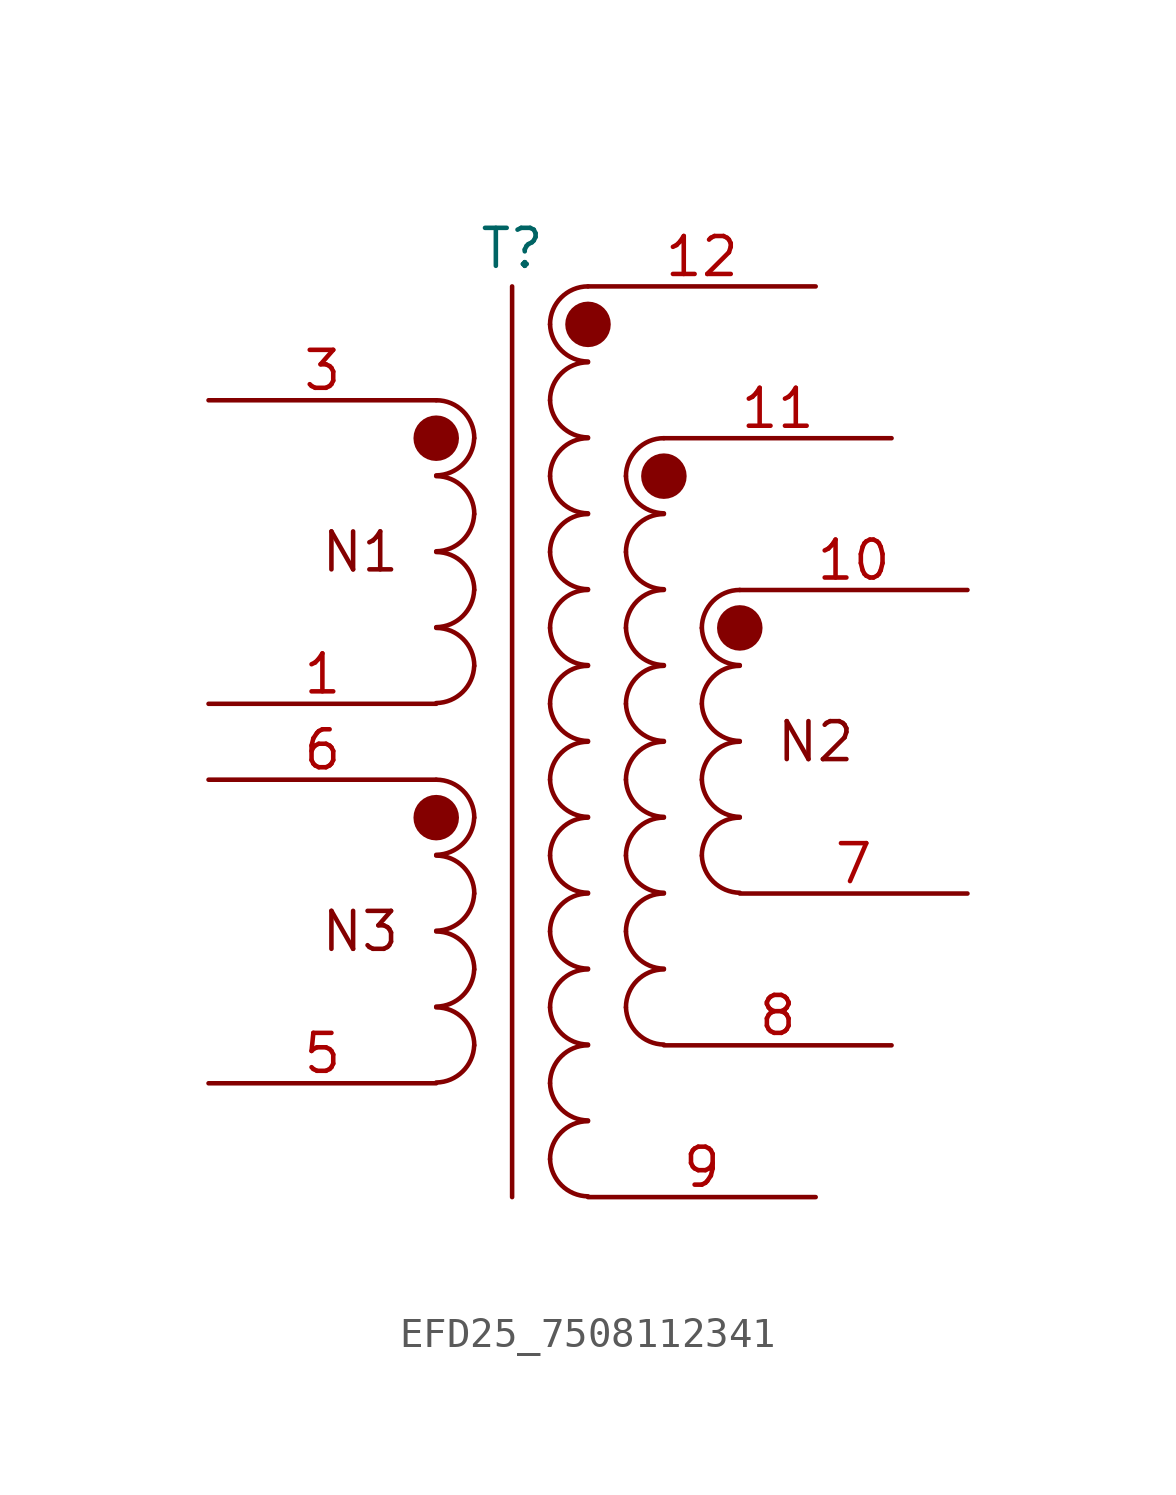
<source format=kicad_sym>
(kicad_symbol_lib
  (version 20220914)
  (generator kicad_symbol_editor)
  (symbol "EFD25_7508112341"
    (pin_names hide)
    (property "Reference" "T"
      (at 0 16.51 0)
      (effects (font (size 1.27 1.27))))
    (property "Critical Parameter" ""
      (at 0 -5.08 0)
      (effects (font (size 1.27 1.27)) (justify left)))
    (symbol "EFD25_7508112341_0_1"
      (arc (start -2.54 -11.4046) (mid -1.6561 -11.0363) (end -1.27 -10.16) (stroke (width 0) (type default)) (fill (type none)))
      (arc (start -2.54 -8.8646) (mid -1.6561 -8.4963) (end -1.27 -7.62) (stroke (width 0) (type default)) (fill (type none)))
      (arc (start -2.54 -6.3246) (mid -1.6561 -5.9563) (end -1.27 -5.08) (stroke (width 0) (type default)) (fill (type none)))
      (arc (start -2.54 -3.7846) (mid -1.6561 -3.4163) (end -1.27 -2.54) (stroke (width 0) (type default)) (fill (type none)))
      (arc (start -2.54 1.2954) (mid -1.6561 1.6637) (end -1.27 2.54) (stroke (width 0) (type default)) (fill (type none)))
      (arc (start -2.54 3.8354) (mid -1.6561 4.2037) (end -1.27 5.08) (stroke (width 0) (type default)) (fill (type none)))
      (arc (start -2.54 6.3754) (mid -1.6561 6.7437) (end -1.27 7.62) (stroke (width 0) (type default)) (fill (type none)))
      (arc (start -2.54 8.9154) (mid -1.6561 9.2837) (end -1.27 10.16) (stroke (width 0) (type default)) (fill (type none)))
      (arc (start -1.27 -10.16) (mid -1.642 -9.262) (end -2.54 -8.89) (stroke (width 0) (type default)) (fill (type none)))
      (arc (start -1.27 -7.62) (mid -1.642 -6.722) (end -2.54 -6.35) (stroke (width 0) (type default)) (fill (type none)))
      (arc (start -1.27 -5.08) (mid -1.642 -4.182) (end -2.54 -3.81) (stroke (width 0) (type default)) (fill (type none)))
      (arc (start -1.27 -2.54) (mid -1.642 -1.642) (end -2.54 -1.27) (stroke (width 0) (type default)) (fill (type none)))
      (arc (start -1.27 2.54) (mid -1.642 3.438) (end -2.54 3.81) (stroke (width 0) (type default)) (fill (type none)))
      (arc (start -1.27 5.08) (mid -1.642 5.978) (end -2.54 6.35) (stroke (width 0) (type default)) (fill (type none)))
      (arc (start -1.27 7.62) (mid -1.642 8.518) (end -2.54 8.89) (stroke (width 0) (type default)) (fill (type none)))
      (arc (start -1.27 10.16) (mid -1.642 11.058) (end -2.54 11.43) (stroke (width 0) (type default)) (fill (type none)))
      (polyline (pts (xy 0 -15.24) (xy 0 15.24)) (stroke (width 0) (type default)) (fill (type none)))
      (arc (start 1.27 -13.97) (mid 1.656 -14.8464) (end 2.54 -15.2146) (stroke (width 0) (type default)) (fill (type none)))
      (arc (start 1.27 -11.43) (mid 1.656 -12.3064) (end 2.54 -12.6746) (stroke (width 0) (type default)) (fill (type none)))
      (arc (start 1.27 -8.89) (mid 1.656 -9.7664) (end 2.54 -10.1346) (stroke (width 0) (type default)) (fill (type none)))
      (arc (start 1.27 -6.35) (mid 1.656 -7.2264) (end 2.54 -7.5946) (stroke (width 0) (type default)) (fill (type none)))
      (arc (start 1.27 -3.81) (mid 1.656 -4.6864) (end 2.54 -5.0546) (stroke (width 0) (type default)) (fill (type none)))
      (arc (start 1.27 -1.27) (mid 1.656 -2.1464) (end 2.54 -2.5146) (stroke (width 0) (type default)) (fill (type none)))
      (arc (start 1.27 1.27) (mid 1.656 0.3936) (end 2.54 0.0254) (stroke (width 0) (type default)) (fill (type none)))
      (arc (start 1.27 3.81) (mid 1.656 2.9336) (end 2.54 2.5654) (stroke (width 0) (type default)) (fill (type none)))
      (arc (start 1.27 6.35) (mid 1.656 5.4736) (end 2.54 5.1054) (stroke (width 0) (type default)) (fill (type none)))
      (arc (start 1.27 8.89) (mid 1.656 8.0136) (end 2.54 7.6454) (stroke (width 0) (type default)) (fill (type none)))
      (arc (start 1.27 11.43) (mid 1.656 10.5536) (end 2.54 10.1854) (stroke (width 0) (type default)) (fill (type none)))
      (arc (start 1.27 13.97) (mid 1.656 13.0936) (end 2.54 12.7254) (stroke (width 0) (type default)) (fill (type none)))
      (arc (start 2.54 -12.7) (mid 1.642 -13.072) (end 1.27 -13.97) (stroke (width 0) (type default)) (fill (type none)))
      (arc (start 2.54 -10.16) (mid 1.642 -10.532) (end 1.27 -11.43) (stroke (width 0) (type default)) (fill (type none)))
      (arc (start 2.54 -7.62) (mid 1.642 -7.992) (end 1.27 -8.89) (stroke (width 0) (type default)) (fill (type none)))
      (arc (start 2.54 -5.08) (mid 1.642 -5.452) (end 1.27 -6.35) (stroke (width 0) (type default)) (fill (type none)))
      (arc (start 2.54 -2.54) (mid 1.642 -2.912) (end 1.27 -3.81) (stroke (width 0) (type default)) (fill (type none)))
      (arc (start 2.54 0) (mid 1.642 -0.372) (end 1.27 -1.27) (stroke (width 0) (type default)) (fill (type none)))
      (arc (start 2.54 2.54) (mid 1.642 2.168) (end 1.27 1.27) (stroke (width 0) (type default)) (fill (type none)))
      (arc (start 2.54 5.08) (mid 1.642 4.708) (end 1.27 3.81) (stroke (width 0) (type default)) (fill (type none)))
      (arc (start 2.54 7.62) (mid 1.642 7.248) (end 1.27 6.35) (stroke (width 0) (type default)) (fill (type none)))
      (arc (start 2.54 10.16) (mid 1.642 9.788) (end 1.27 8.89) (stroke (width 0) (type default)) (fill (type none)))
      (arc (start 2.54 12.7) (mid 1.642 12.328) (end 1.27 11.43) (stroke (width 0) (type default)) (fill (type none)))
      (arc (start 2.54 15.24) (mid 1.642 14.868) (end 1.27 13.97) (stroke (width 0) (type default)) (fill (type none)))
      (arc (start 3.81 -8.89) (mid 4.196 -9.7664) (end 5.08 -10.1346) (stroke (width 0) (type default)) (fill (type none)))
      (arc (start 3.81 -6.35) (mid 4.196 -7.2264) (end 5.08 -7.5946) (stroke (width 0) (type default)) (fill (type none)))
      (arc (start 3.81 -3.81) (mid 4.196 -4.6864) (end 5.08 -5.0546) (stroke (width 0) (type default)) (fill (type none)))
      (arc (start 3.81 -1.27) (mid 4.196 -2.1464) (end 5.08 -2.5146) (stroke (width 0) (type default)) (fill (type none)))
      (arc (start 3.81 1.27) (mid 4.196 0.3936) (end 5.08 0.0254) (stroke (width 0) (type default)) (fill (type none)))
      (arc (start 3.81 3.81) (mid 4.196 2.9336) (end 5.08 2.5654) (stroke (width 0) (type default)) (fill (type none)))
      (arc (start 3.81 6.35) (mid 4.196 5.4736) (end 5.08 5.1054) (stroke (width 0) (type default)) (fill (type none)))
      (arc (start 3.81 8.89) (mid 4.196 8.0136) (end 5.08 7.6454) (stroke (width 0) (type default)) (fill (type none)))
      (arc (start 5.08 -7.62) (mid 4.182 -7.992) (end 3.81 -8.89) (stroke (width 0) (type default)) (fill (type none)))
      (arc (start 5.08 -5.08) (mid 4.182 -5.452) (end 3.81 -6.35) (stroke (width 0) (type default)) (fill (type none)))
      (arc (start 5.08 -2.54) (mid 4.182 -2.912) (end 3.81 -3.81) (stroke (width 0) (type default)) (fill (type none)))
      (arc (start 5.08 0) (mid 4.182 -0.372) (end 3.81 -1.27) (stroke (width 0) (type default)) (fill (type none)))
      (arc (start 5.08 2.54) (mid 4.182 2.168) (end 3.81 1.27) (stroke (width 0) (type default)) (fill (type none)))
      (arc (start 5.08 5.08) (mid 4.182 4.708) (end 3.81 3.81) (stroke (width 0) (type default)) (fill (type none)))
      (arc (start 5.08 7.62) (mid 4.182 7.248) (end 3.81 6.35) (stroke (width 0) (type default)) (fill (type none)))
      (arc (start 5.08 10.16) (mid 4.182 9.788) (end 3.81 8.89) (stroke (width 0) (type default)) (fill (type none)))
      (arc (start 6.35 -3.81) (mid 6.7361 -4.6863) (end 7.62 -5.0546) (stroke (width 0) (type default)) (fill (type none)))
      (arc (start 6.35 -1.27) (mid 6.7361 -2.1463) (end 7.62 -2.5146) (stroke (width 0) (type default)) (fill (type none)))
      (arc (start 6.35 1.27) (mid 6.7361 0.3937) (end 7.62 0.0254) (stroke (width 0) (type default)) (fill (type none)))
      (arc (start 6.35 3.81) (mid 6.7361 2.9337) (end 7.62 2.5654) (stroke (width 0) (type default)) (fill (type none)))
      (arc (start 7.62 -2.54) (mid 6.722 -2.912) (end 6.35 -3.81) (stroke (width 0) (type default)) (fill (type none)))
      (arc (start 7.62 0) (mid 6.722 -0.372) (end 6.35 -1.27) (stroke (width 0) (type default)) (fill (type none)))
      (arc (start 7.62 2.54) (mid 6.722 2.168) (end 6.35 1.27) (stroke (width 0) (type default)) (fill (type none)))
      (arc (start 7.62 5.08) (mid 6.722 4.708) (end 6.35 3.81) (stroke (width 0) (type default)) (fill (type none))))
    (symbol "EFD25_7508112341_1_1"
      (circle (center -2.54 -2.54) (radius 0.0001) (stroke (width 0.762) (type default)) (fill (type none)))
      (circle (center -2.54 10.16) (radius 0.0001) (stroke (width 0.762) (type default)) (fill (type none)))
      (circle (center 2.54 13.97) (radius 0.0001) (stroke (width 0.762) (type default)) (fill (type none)))
      (circle (center 5.08 8.89) (radius 0.0001) (stroke (width 0.762) (type default)) (fill (type none)))
      (circle (center 7.62 3.81) (radius 0.0001) (stroke (width 0.762) (type default)) (fill (type none)))
      (text "N1" (at -5.08 6.35 0) (effects (font (size 1.27 1.27))))
      (text "N2" (at 10.16 0 0) (effects (font (size 1.27 1.27))))
      (text "N3" (at -5.08 -6.35 0) (effects (font (size 1.27 1.27))))
      (pin passive line (at -10.16 1.27 0) (length 7.62) (name "1" (effects (font (size 1.27 1.27)))) (number "1" (effects (font (size 1.27 1.27)))))
      (pin passive line (at 15.24 5.08 180) (length 7.62) (name "10" (effects (font (size 1.27 1.27)))) (number "10" (effects (font (size 1.27 1.27)))))
      (pin passive line (at 12.7 10.16 180) (length 7.62) (name "11" (effects (font (size 1.27 1.27)))) (number "11" (effects (font (size 1.27 1.27)))))
      (pin passive line (at 10.16 15.24 180) (length 7.62) (name "12" (effects (font (size 1.27 1.27)))) (number "12" (effects (font (size 1.27 1.27)))))
      (pin passive line (at -10.16 11.43 0) (length 7.62) (name "3" (effects (font (size 1.27 1.27)))) (number "3" (effects (font (size 1.27 1.27)))))
      (pin passive line (at -10.16 -11.43 0) (length 7.62) (name "5" (effects (font (size 1.27 1.27)))) (number "5" (effects (font (size 1.27 1.27)))))
      (pin passive line (at -10.16 -1.27 0) (length 7.62) (name "6" (effects (font (size 1.27 1.27)))) (number "6" (effects (font (size 1.27 1.27)))))
      (pin passive line (at 15.24 -5.08 180) (length 7.62) (name "7" (effects (font (size 1.27 1.27)))) (number "7" (effects (font (size 1.27 1.27)))))
      (pin passive line (at 12.7 -10.16 180) (length 7.62) (name "8" (effects (font (size 1.27 1.27)))) (number "8" (effects (font (size 1.27 1.27)))))
      (pin passive line (at 10.16 -15.24 180) (length 7.62) (name "9" (effects (font (size 1.27 1.27)))) (number "9" (effects (font (size 1.27 1.27))))))))
</source>
